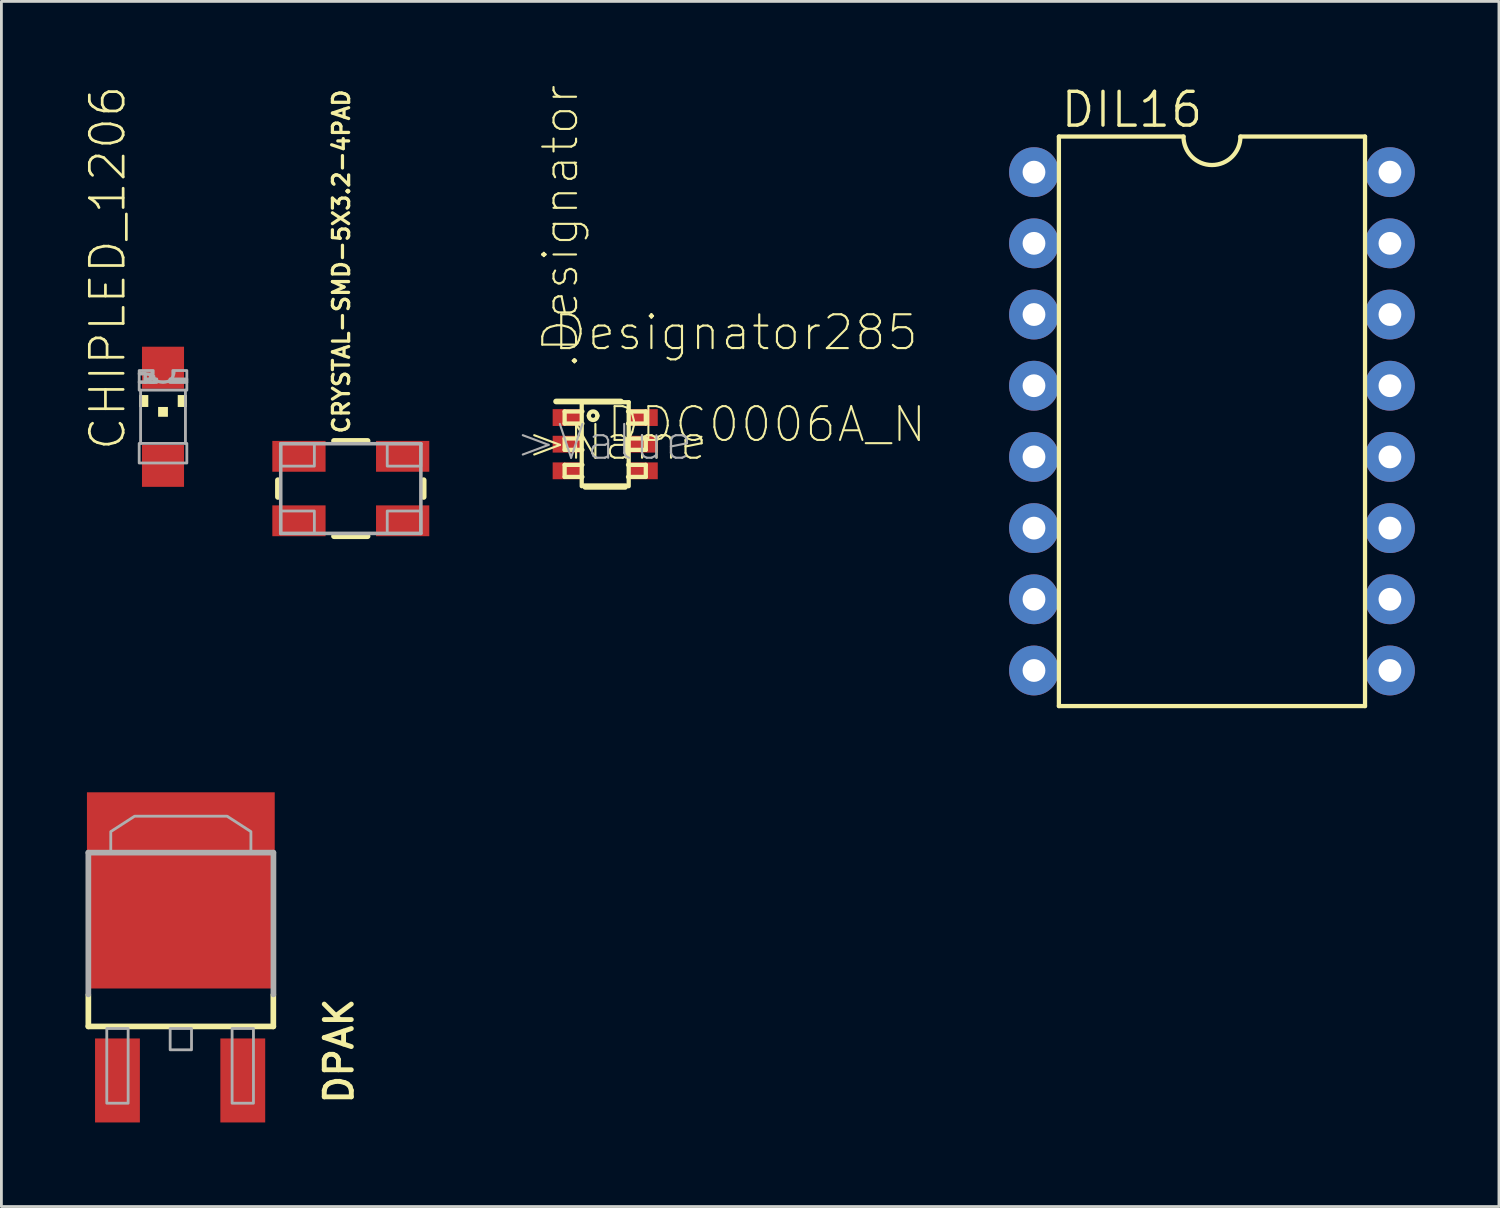
<source format=kicad_pcb>
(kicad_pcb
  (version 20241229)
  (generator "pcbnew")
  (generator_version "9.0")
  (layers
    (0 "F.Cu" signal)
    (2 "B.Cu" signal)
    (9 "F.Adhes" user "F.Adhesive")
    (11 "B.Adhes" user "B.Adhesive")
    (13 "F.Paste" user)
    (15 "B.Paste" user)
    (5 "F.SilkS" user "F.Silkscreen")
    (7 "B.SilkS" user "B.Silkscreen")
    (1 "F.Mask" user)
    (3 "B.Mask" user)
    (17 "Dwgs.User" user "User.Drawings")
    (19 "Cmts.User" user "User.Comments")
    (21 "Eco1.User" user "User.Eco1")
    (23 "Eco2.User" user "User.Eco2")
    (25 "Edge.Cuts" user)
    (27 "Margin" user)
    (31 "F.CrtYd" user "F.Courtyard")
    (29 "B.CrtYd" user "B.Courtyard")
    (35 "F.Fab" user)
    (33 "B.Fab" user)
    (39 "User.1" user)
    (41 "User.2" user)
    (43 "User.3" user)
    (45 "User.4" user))
  (footprint "DDC0006A_N"
    (layer "F.Cu")
    (at 18.543 12.798)
    (property "Reference" "DDC0006A_N" (at 0 0 0) (layer "F.SilkS") (effects (font (size 1.206 1.206) (thickness 0.072)) (justify left bottom)))
    (attr through_hole)
    (fp_line (start -1.753 -1.524) (end 0.559 -1.524) (stroke (width 0.203) (type solid)) (layer "F.SilkS"))
    (fp_line (start -1.448 -1.168) (end -0.813 -1.168) (stroke (width 0.152) (type solid)) (layer "F.SilkS"))
    (fp_line (start -1.448 -0.737) (end -1.448 -1.168) (stroke (width 0.152) (type solid)) (layer "F.SilkS"))
    (fp_line (start -1.448 -0.737) (end -0.813 -0.737) (stroke (width 0.152) (type solid)) (layer "F.SilkS"))
    (fp_line (start -1.448 -0.203) (end -0.813 -0.203) (stroke (width 0.152) (type solid)) (layer "F.SilkS"))
    (fp_line (start -1.448 0.203) (end -1.448 -0.203) (stroke (width 0.152) (type solid)) (layer "F.SilkS"))
    (fp_line (start -1.448 0.203) (end -0.813 0.203) (stroke (width 0.152) (type solid)) (layer "F.SilkS"))
    (fp_line (start -1.448 0.737) (end -0.813 0.737) (stroke (width 0.152) (type solid)) (layer "F.SilkS"))
    (fp_line (start -1.448 1.168) (end -1.448 0.737) (stroke (width 0.152) (type solid)) (layer "F.SilkS"))
    (fp_line (start -1.448 1.168) (end -0.813 1.168) (stroke (width 0.152) (type solid)) (layer "F.SilkS"))
    (fp_line (start -0.838 -1.499) (end 0.838 -1.499) (stroke (width 0.152) (type solid)) (layer "F.SilkS"))
    (fp_line (start -0.838 1.499) (end -0.838 -1.499) (stroke (width 0.152) (type solid)) (layer "F.SilkS"))
    (fp_line (start -0.762 1.473) (end 0.737 1.473) (stroke (width 0.152) (type solid)) (layer "F.SilkS"))
    (fp_line (start -0.711 1.524) (end 0.711 1.524) (stroke (width 0.203) (type solid)) (layer "F.SilkS"))
    (fp_line (start 0.813 -1.168) (end 1.448 -1.168) (stroke (width 0.152) (type solid)) (layer "F.SilkS"))
    (fp_line (start 0.813 -0.737) (end 1.448 -0.737) (stroke (width 0.152) (type solid)) (layer "F.SilkS"))
    (fp_line (start 0.813 -0.203) (end 1.448 -0.203) (stroke (width 0.152) (type solid)) (layer "F.SilkS"))
    (fp_line (start 0.813 0.203) (end 1.448 0.203) (stroke (width 0.152) (type solid)) (layer "F.SilkS"))
    (fp_line (start 0.813 0.737) (end 1.448 0.737) (stroke (width 0.152) (type solid)) (layer "F.SilkS"))
    (fp_line (start 0.813 1.168) (end 1.448 1.168) (stroke (width 0.152) (type solid)) (layer "F.SilkS"))
    (fp_line (start 0.838 1.499) (end 0.838 -1.499) (stroke (width 0.152) (type solid)) (layer "F.SilkS"))
    (fp_line (start 1.448 -0.737) (end 1.448 -1.168) (stroke (width 0.152) (type solid)) (layer "F.SilkS"))
    (fp_line (start 1.448 0.203) (end 1.448 -0.203) (stroke (width 0.152) (type solid)) (layer "F.SilkS"))
    (fp_line (start 1.448 1.168) (end 1.448 0.737) (stroke (width 0.152) (type solid)) (layer "F.SilkS"))
    (fp_arc (start -0.5842 -1.016) (mid -0.4318 -1.1684) (end -0.2794 -1.016) (stroke (width 0.1524) (type solid)) (layer "F.SilkS"))
    (fp_arc (start -0.2794 -1.016) (mid -0.4318 -0.8636) (end -0.5842 -1.016) (stroke (width 0.1524) (type solid)) (layer "F.SilkS"))
    (fp_text user ".Designator" (at -0.889 -2.642 270) (layer "F.SilkS") (effects (font (size 1.206 1.206) (thickness 0.076)) (justify left bottom)))
    (fp_text user "Designator285" (at -1.905 -3.277 0) (layer "F.SilkS") (effects (font (size 1.206 1.206) (thickness 0.076)) (justify left bottom)))
    (fp_text user ">Name" (at -2.87 0.635 0) (layer "F.SilkS") (effects (font (size 1.206 1.206) (thickness 0.076)) (justify left bottom)))
    (fp_text user ">Value" (at -3.277 0.635 0) (layer "F.Fab") (effects (font (size 1.206 1.206) (thickness 0.076)) (justify left bottom)))
    (pad "1" smd rect (at -1.375 -0.95 90) (size 0.6 1) (layers "F.Cu" "F.Mask" "F.Paste"))
    (pad "2" smd rect (at -1.375 0 90) (size 0.6 1) (layers "F.Cu" "F.Mask" "F.Paste"))
    (pad "3" smd rect (at -1.375 0.95 90) (size 0.6 1) (layers "F.Cu" "F.Mask" "F.Paste"))
    (pad "4" smd rect (at 1.375 0.95 90) (size 0.6 1) (layers "F.Cu" "F.Mask" "F.Paste"))
    (pad "5" smd rect (at 1.375 0 90) (size 0.6 1) (layers "F.Cu" "F.Mask" "F.Paste"))
    (pad "6" smd rect (at 1.375 -0.95 90) (size 0.6 1) (layers "F.Cu" "F.Mask" "F.Paste")))
  (footprint "CHIPLED_1206"
    (layer "F.Cu")
    (at 2.766 11.82)
    (property "Reference" "CHIPLED_1206" (at -1.27 1.27 90) (layer "F.SilkS") (effects (font (size 1.206 1.206) (thickness 0.097)) (justify left bottom)))
    (attr through_hole)
    (fp_poly (pts (xy -0.85 -0.35) (xy -0.525 -0.35) (xy -0.525 -0.775) (xy -0.85 -0.775)) (stroke (width 0) (type solid)) (fill yes) (layer "F.SilkS"))
    (fp_poly (pts (xy -0.175 0) (xy 0.175 0) (xy 0.175 -0.35) (xy -0.175 -0.35)) (stroke (width 0) (type solid)) (fill yes) (layer "F.SilkS"))
    (fp_poly (pts (xy 0.525 -0.35) (xy 0.85 -0.35) (xy 0.85 -0.775) (xy 0.525 -0.775)) (stroke (width 0) (type solid)) (fill yes) (layer "F.SilkS"))
    (fp_line (start -0.8 0.95) (end -0.8 -0.95) (stroke (width 0.102) (type solid)) (layer "F.Fab"))
    (fp_line (start 0.8 -0.95) (end 0.8 0.95) (stroke (width 0.102) (type solid)) (layer "F.Fab"))
    (fp_arc (start 0.4 -1.625) (mid 0 -1.225) (end -0.4 -1.625) (stroke (width 0.1016) (type solid)) (layer "F.Fab"))
    (fp_circle (center -0.55 -1.425) (end -0.45 -1.425) (stroke (width 0.102) (type solid)) (fill no) (layer "F.Fab"))
    (fp_poly (pts (xy -0.85 -1.525) (xy -0.35 -1.525) (xy -0.35 -1.65) (xy -0.85 -1.65)) (stroke (width 0.1) (type solid)) (fill no) (layer "F.Fab"))
    (fp_poly (pts (xy -0.85 -1.225) (xy -0.625 -1.225) (xy -0.625 -1.55) (xy -0.85 -1.55)) (stroke (width 0.1) (type solid)) (fill no) (layer "F.Fab"))
    (fp_poly (pts (xy -0.85 -0.95) (xy 0.85 -0.95) (xy 0.85 -1.25) (xy -0.85 -1.25)) (stroke (width 0.1) (type solid)) (fill no) (layer "F.Fab"))
    (fp_poly (pts (xy -0.85 1.65) (xy 0.85 1.65) (xy 0.85 0.95) (xy -0.85 0.95)) (stroke (width 0.1) (type solid)) (fill no) (layer "F.Fab"))
    (fp_poly (pts (xy -0.65 -1.225) (xy -0.225 -1.225) (xy -0.225 -1.35) (xy -0.65 -1.35)) (stroke (width 0.1) (type solid)) (fill no) (layer "F.Fab"))
    (fp_poly (pts (xy -0.45 -1.225) (xy -0.325 -1.225) (xy -0.325 -1.45) (xy -0.45 -1.45)) (stroke (width 0.1) (type solid)) (fill no) (layer "F.Fab"))
    (fp_poly (pts (xy 0.25 -1.225) (xy 0.85 -1.225) (xy 0.85 -1.35) (xy 0.25 -1.35)) (stroke (width 0.1) (type solid)) (fill no) (layer "F.Fab"))
    (fp_poly (pts (xy 0.35 -1.3) (xy 0.85 -1.3) (xy 0.85 -1.65) (xy 0.35 -1.65)) (stroke (width 0.1) (type solid)) (fill no) (layer "F.Fab"))
    (pad "A" smd rect (at 0 1.75) (size 1.5 1.5) (layers "F.Cu" "F.Mask" "F.Paste"))
    (pad "C" smd rect (at 0 -1.75) (size 1.5 1.5) (layers "F.Cu" "F.Mask" "F.Paste")))
  (footprint "DIL16"
    (layer "F.Cu")
    (at 40.191 11.982)
    (property "Reference" "DIL16" (at -5.461 -10.414 0) (layer "F.SilkS") (effects (font (size 1.206 1.206) (thickness 0.121)) (justify left bottom)))
    (attr through_hole)
    (fp_line (start -5.461 -10.16) (end -5.461 10.16) (stroke (width 0.152) (type solid)) (layer "F.SilkS"))
    (fp_line (start -5.461 -10.16) (end -1.016 -10.16) (stroke (width 0.152) (type solid)) (layer "F.SilkS"))
    (fp_line (start 5.461 -10.16) (end 1.016 -10.16) (stroke (width 0.152) (type solid)) (layer "F.SilkS"))
    (fp_line (start 5.461 10.16) (end -5.461 10.16) (stroke (width 0.152) (type solid)) (layer "F.SilkS"))
    (fp_line (start 5.461 10.16) (end 5.461 -10.16) (stroke (width 0.152) (type solid)) (layer "F.SilkS"))
    (fp_arc (start 1.016 -10.16) (mid 0 -9.144) (end -1.016 -10.16) (stroke (width 0.1524) (type solid)) (layer "F.SilkS"))
    (pad "1" thru_hole circle (at -6.35 -8.89) (size 1.778 1.778) (drill 0.813) (layers "*.Cu" "*.Mask"))
    (pad "2" thru_hole circle (at -6.35 -6.35) (size 1.778 1.778) (drill 0.813) (layers "*.Cu" "*.Mask"))
    (pad "3" thru_hole circle (at -6.35 -3.81) (size 1.778 1.778) (drill 0.813) (layers "*.Cu" "*.Mask"))
    (pad "4" thru_hole circle (at -6.35 -1.27) (size 1.778 1.778) (drill 0.813) (layers "*.Cu" "*.Mask"))
    (pad "5" thru_hole circle (at -6.35 1.27) (size 1.778 1.778) (drill 0.813) (layers "*.Cu" "*.Mask"))
    (pad "6" thru_hole circle (at -6.35 3.81) (size 1.778 1.778) (drill 0.813) (layers "*.Cu" "*.Mask"))
    (pad "7" thru_hole circle (at -6.35 6.35) (size 1.778 1.778) (drill 0.813) (layers "*.Cu" "*.Mask"))
    (pad "8" thru_hole circle (at -6.35 8.89) (size 1.778 1.778) (drill 0.813) (layers "*.Cu" "*.Mask"))
    (pad "9" thru_hole circle (at 6.35 -8.89) (size 1.778 1.778) (drill 0.813) (layers "*.Cu" "*.Mask"))
    (pad "10" thru_hole circle (at 6.35 -6.35) (size 1.778 1.778) (drill 0.813) (layers "*.Cu" "*.Mask"))
    (pad "11" thru_hole circle (at 6.35 -3.81) (size 1.778 1.778) (drill 0.813) (layers "*.Cu" "*.Mask"))
    (pad "12" thru_hole circle (at 6.35 -1.27) (size 1.778 1.778) (drill 0.813) (layers "*.Cu" "*.Mask"))
    (pad "13" thru_hole circle (at 6.35 1.27) (size 1.778 1.778) (drill 0.813) (layers "*.Cu" "*.Mask"))
    (pad "14" thru_hole circle (at 6.35 3.81) (size 1.778 1.778) (drill 0.813) (layers "*.Cu" "*.Mask"))
    (pad "15" thru_hole circle (at 6.35 6.35) (size 1.778 1.778) (drill 0.813) (layers "*.Cu" "*.Mask"))
    (pad "16" thru_hole circle (at 6.35 8.89) (size 1.778 1.778) (drill 0.813) (layers "*.Cu" "*.Mask")))
  (footprint "DPAK"
    (layer "F.Cu")
    (at 3.402 30.571)
    (property "Reference" "DPAK" (at 5.08 1.905 270) (layer "F.SilkS") (effects (font (size 0.965 0.965) (thickness 0.174)) (justify right top)))
    (attr through_hole)
    (fp_line (start -3.3 1.88) (end -3.3 3) (stroke (width 0.203) (type solid)) (layer "F.SilkS"))
    (fp_line (start 3.3 3) (end -3.3 3) (stroke (width 0.203) (type solid)) (layer "F.SilkS"))
    (fp_line (start 3.3 3) (end 3.3 1.88) (stroke (width 0.203) (type solid)) (layer "F.SilkS"))
    (fp_line (start -3.3 -3.2) (end -3.3 1.857) (stroke (width 0.203) (type solid)) (layer "F.Fab"))
    (fp_line (start 3.3 -3.2) (end -3.3 -3.2) (stroke (width 0.203) (type solid)) (layer "F.Fab"))
    (fp_line (start 3.304 -3.2) (end 3.304 1.857) (stroke (width 0.203) (type solid)) (layer "F.Fab"))
    (fp_poly (pts (xy -2.642 5.74) (xy -1.88 5.74) (xy -1.88 3.073) (xy -2.642 3.073)) (stroke (width 0.1) (type solid)) (fill no) (layer "F.Fab"))
    (fp_poly (pts (xy -0.381 3.835) (xy 0.381 3.835) (xy 0.381 3.073) (xy -0.381 3.073)) (stroke (width 0.1) (type solid)) (fill no) (layer "F.Fab"))
    (fp_poly (pts (xy 1.829 5.74) (xy 2.591 5.74) (xy 2.591 3.073) (xy 1.829 3.073)) (stroke (width 0.1) (type solid)) (fill no) (layer "F.Fab"))
    (fp_poly (pts (xy -2.5 -3.2) (xy -2.5 -3.95) (xy -1.65 -4.5) (xy 1.65 -4.5) (xy 2.5 -3.95) (xy 2.5 -3.2)) (stroke (width 0.1) (type solid)) (fill no) (layer "F.Fab"))
    (pad "1" smd rect (at -2.261 4.928) (size 1.6 2.997) (layers "F.Cu" "F.Mask" "F.Paste"))
    (pad "2" smd rect (at 0 -1.853) (size 6.7 7) (layers "F.Cu" "F.Mask" "F.Paste"))
    (pad "3" smd rect (at 2.21 4.928) (size 1.6 2.997) (layers "F.Cu" "F.Mask" "F.Paste")))
  (footprint "CRYSTAL-SMD-5X3.2-4PAD"
    (layer "F.Cu")
    (at 9.466 14.381)
    (property "Reference" "CRYSTAL-SMD-5X3.2-4PAD" (at 0 -1.905 270) (layer "F.SilkS") (effects (font (size 0.579 0.579) (thickness 0.116)) (justify left bottom)))
    (attr through_hole)
    (fp_line (start -2.6 -0.3) (end -2.6 0.3) (stroke (width 0.203) (type solid)) (layer "F.SilkS"))
    (fp_line (start -0.6 -1.7) (end 0.6 -1.7) (stroke (width 0.203) (type solid)) (layer "F.SilkS"))
    (fp_line (start 0.6 1.7) (end -0.6 1.7) (stroke (width 0.203) (type solid)) (layer "F.SilkS"))
    (fp_line (start 2.6 -0.3) (end 2.6 0.3) (stroke (width 0.203) (type solid)) (layer "F.SilkS"))
    (fp_line (start -2.5 -1.6) (end -2.5 1.6) (stroke (width 0.127) (type solid)) (layer "F.Fab"))
    (fp_line (start -2.5 1.6) (end 2.5 1.6) (stroke (width 0.127) (type solid)) (layer "F.Fab"))
    (fp_line (start 2.5 -1.6) (end -2.5 -1.6) (stroke (width 0.127) (type solid)) (layer "F.Fab"))
    (fp_line (start 2.5 1.6) (end 2.5 -1.6) (stroke (width 0.127) (type solid)) (layer "F.Fab"))
    (fp_poly (pts (xy -2.5 -1.6) (xy -2.5 -0.8) (xy -1.3 -0.8) (xy -1.3 -1.6)) (stroke (width 0.1) (type solid)) (fill no) (layer "F.Fab"))
    (fp_poly (pts (xy -1.3 1.6) (xy -1.3 0.8) (xy -2.5 0.8) (xy -2.5 1.6)) (stroke (width 0.1) (type solid)) (fill no) (layer "F.Fab"))
    (fp_poly (pts (xy 1.3 -1.6) (xy 1.3 -0.8) (xy 2.5 -0.8) (xy 2.5 -1.6)) (stroke (width 0.1) (type solid)) (fill no) (layer "F.Fab"))
    (fp_poly (pts (xy 2.5 1.6) (xy 2.5 0.8) (xy 1.3 0.8) (xy 1.3 1.6)) (stroke (width 0.1) (type solid)) (fill no) (layer "F.Fab"))
    (pad "1" smd rect (at -1.85 1.15) (size 1.9 1.1) (layers "F.Cu" "F.Mask" "F.Paste"))
    (pad "2" smd rect (at 1.85 1.15) (size 1.9 1.1) (layers "F.Cu" "F.Mask" "F.Paste"))
    (pad "3" smd rect (at 1.85 -1.15) (size 1.9 1.1) (layers "F.Cu" "F.Mask" "F.Paste"))
    (pad "4" smd rect (at -1.85 -1.15) (size 1.9 1.1) (layers "F.Cu" "F.Mask" "F.Paste")))
  (gr_rect
    (start -3 -3)
    (end 50.43 39.998)
    (stroke (width 0.1) (type default))
    (fill no)
    (layer "Edge.Cuts")))
</source>
